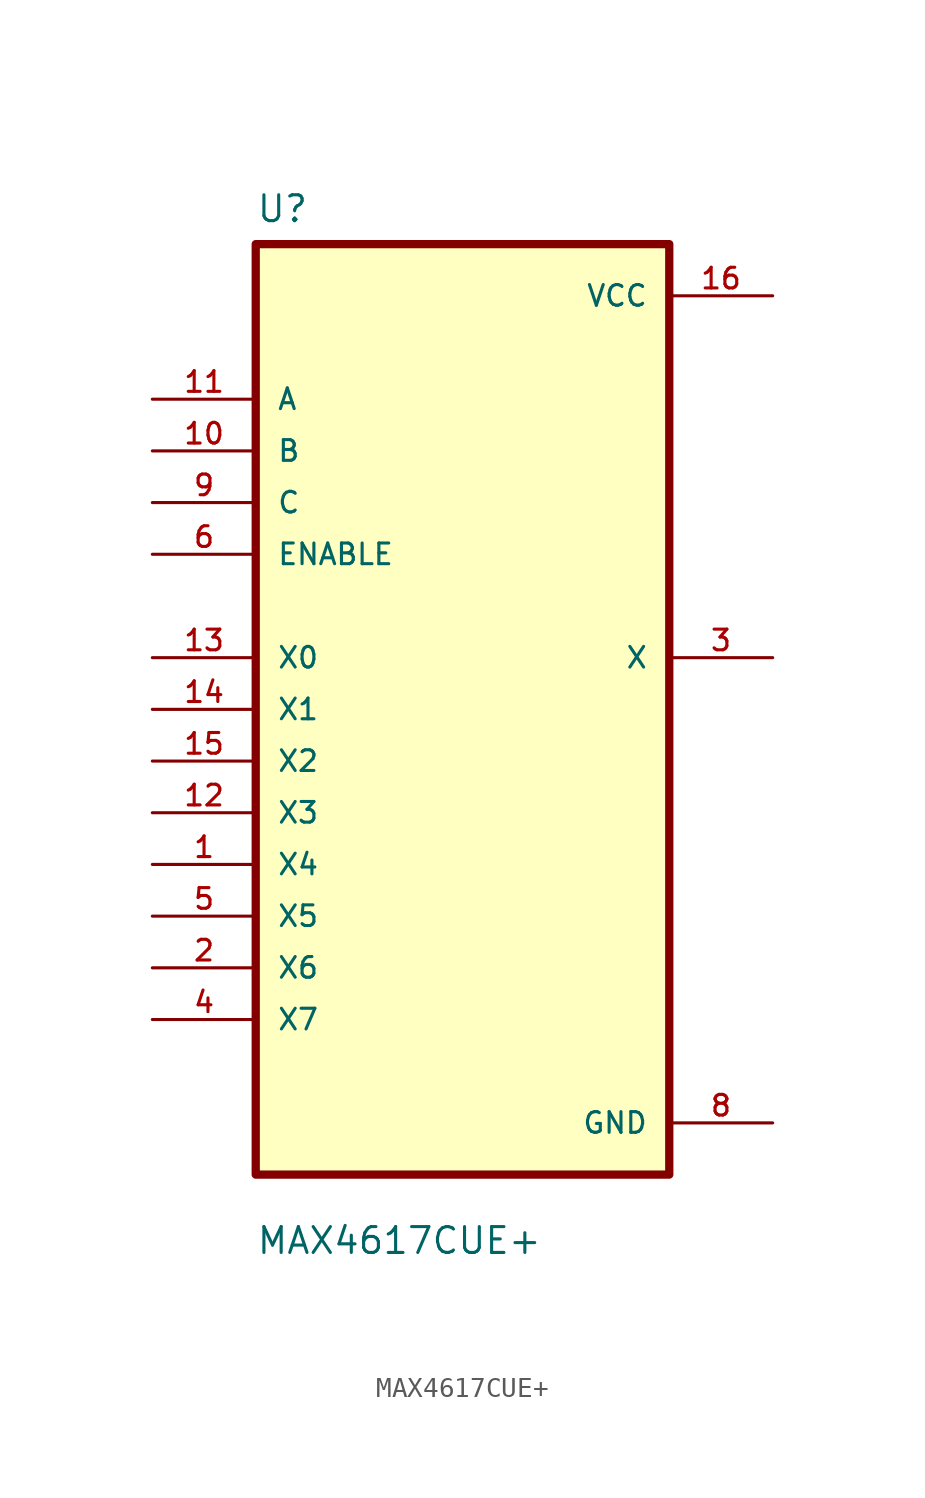
<source format=kicad_sym>
(kicad_symbol_lib
  (version 20211014)
  (generator kicad_symbol_editor)
  (symbol "MAX4617CUE+"
    (pin_names
      (offset 1.016))
    (property "Reference" "U"
      (at -10.16 23.851 0)
      (effects (font (size 1.27 1.27)) (justify left bottom)))
    (property "Value" "MAX4617CUE+"
      (at -10.16 -26.848 0)
      (effects (font (size 1.27 1.27)) (justify left bottom)))
    (property "ki_locked" ""
      (at 0 0 0)
      (effects (font (size 1.27 1.27))))
    (symbol "MAX4617CUE+_0_0"
      (rectangle (start -10.16 -22.86) (end 10.16 22.86) (stroke (width 0.406) (type default) (color 0 0 0 0)) (fill (type background)))
      (pin input line (at -15.24 -7.62 0) (length 5.08) (name "X4" (effects (font (size 1.016 1.016)))) (number "1" (effects (font (size 1.016 1.016)))))
      (pin input line (at -15.24 12.7 0) (length 5.08) (name "B" (effects (font (size 1.016 1.016)))) (number "10" (effects (font (size 1.016 1.016)))))
      (pin input line (at -15.24 15.24 0) (length 5.08) (name "A" (effects (font (size 1.016 1.016)))) (number "11" (effects (font (size 1.016 1.016)))))
      (pin input line (at -15.24 -5.08 0) (length 5.08) (name "X3" (effects (font (size 1.016 1.016)))) (number "12" (effects (font (size 1.016 1.016)))))
      (pin input line (at -15.24 2.54 0) (length 5.08) (name "X0" (effects (font (size 1.016 1.016)))) (number "13" (effects (font (size 1.016 1.016)))))
      (pin input line (at -15.24 0 0) (length 5.08) (name "X1" (effects (font (size 1.016 1.016)))) (number "14" (effects (font (size 1.016 1.016)))))
      (pin input line (at -15.24 -2.54 0) (length 5.08) (name "X2" (effects (font (size 1.016 1.016)))) (number "15" (effects (font (size 1.016 1.016)))))
      (pin power_in line (at 15.24 20.32 180) (length 5.08) (name "VCC" (effects (font (size 1.016 1.016)))) (number "16" (effects (font (size 1.016 1.016)))))
      (pin input line (at -15.24 -12.7 0) (length 5.08) (name "X6" (effects (font (size 1.016 1.016)))) (number "2" (effects (font (size 1.016 1.016)))))
      (pin output line (at 15.24 2.54 180) (length 5.08) (name "X" (effects (font (size 1.016 1.016)))) (number "3" (effects (font (size 1.016 1.016)))))
      (pin input line (at -15.24 -15.24 0) (length 5.08) (name "X7" (effects (font (size 1.016 1.016)))) (number "4" (effects (font (size 1.016 1.016)))))
      (pin input line (at -15.24 -10.16 0) (length 5.08) (name "X5" (effects (font (size 1.016 1.016)))) (number "5" (effects (font (size 1.016 1.016)))))
      (pin input line (at -15.24 7.62 0) (length 5.08) (name "ENABLE" (effects (font (size 1.016 1.016)))) (number "6" (effects (font (size 1.016 1.016)))))
      (pin power_in line (at 15.24 -20.32 180) (length 5.08) (name "GND" (effects (font (size 1.016 1.016)))) (number "8" (effects (font (size 1.016 1.016)))))
      (pin input line (at -15.24 10.16 0) (length 5.08) (name "C" (effects (font (size 1.016 1.016)))) (number "9" (effects (font (size 1.016 1.016))))))))
</source>
